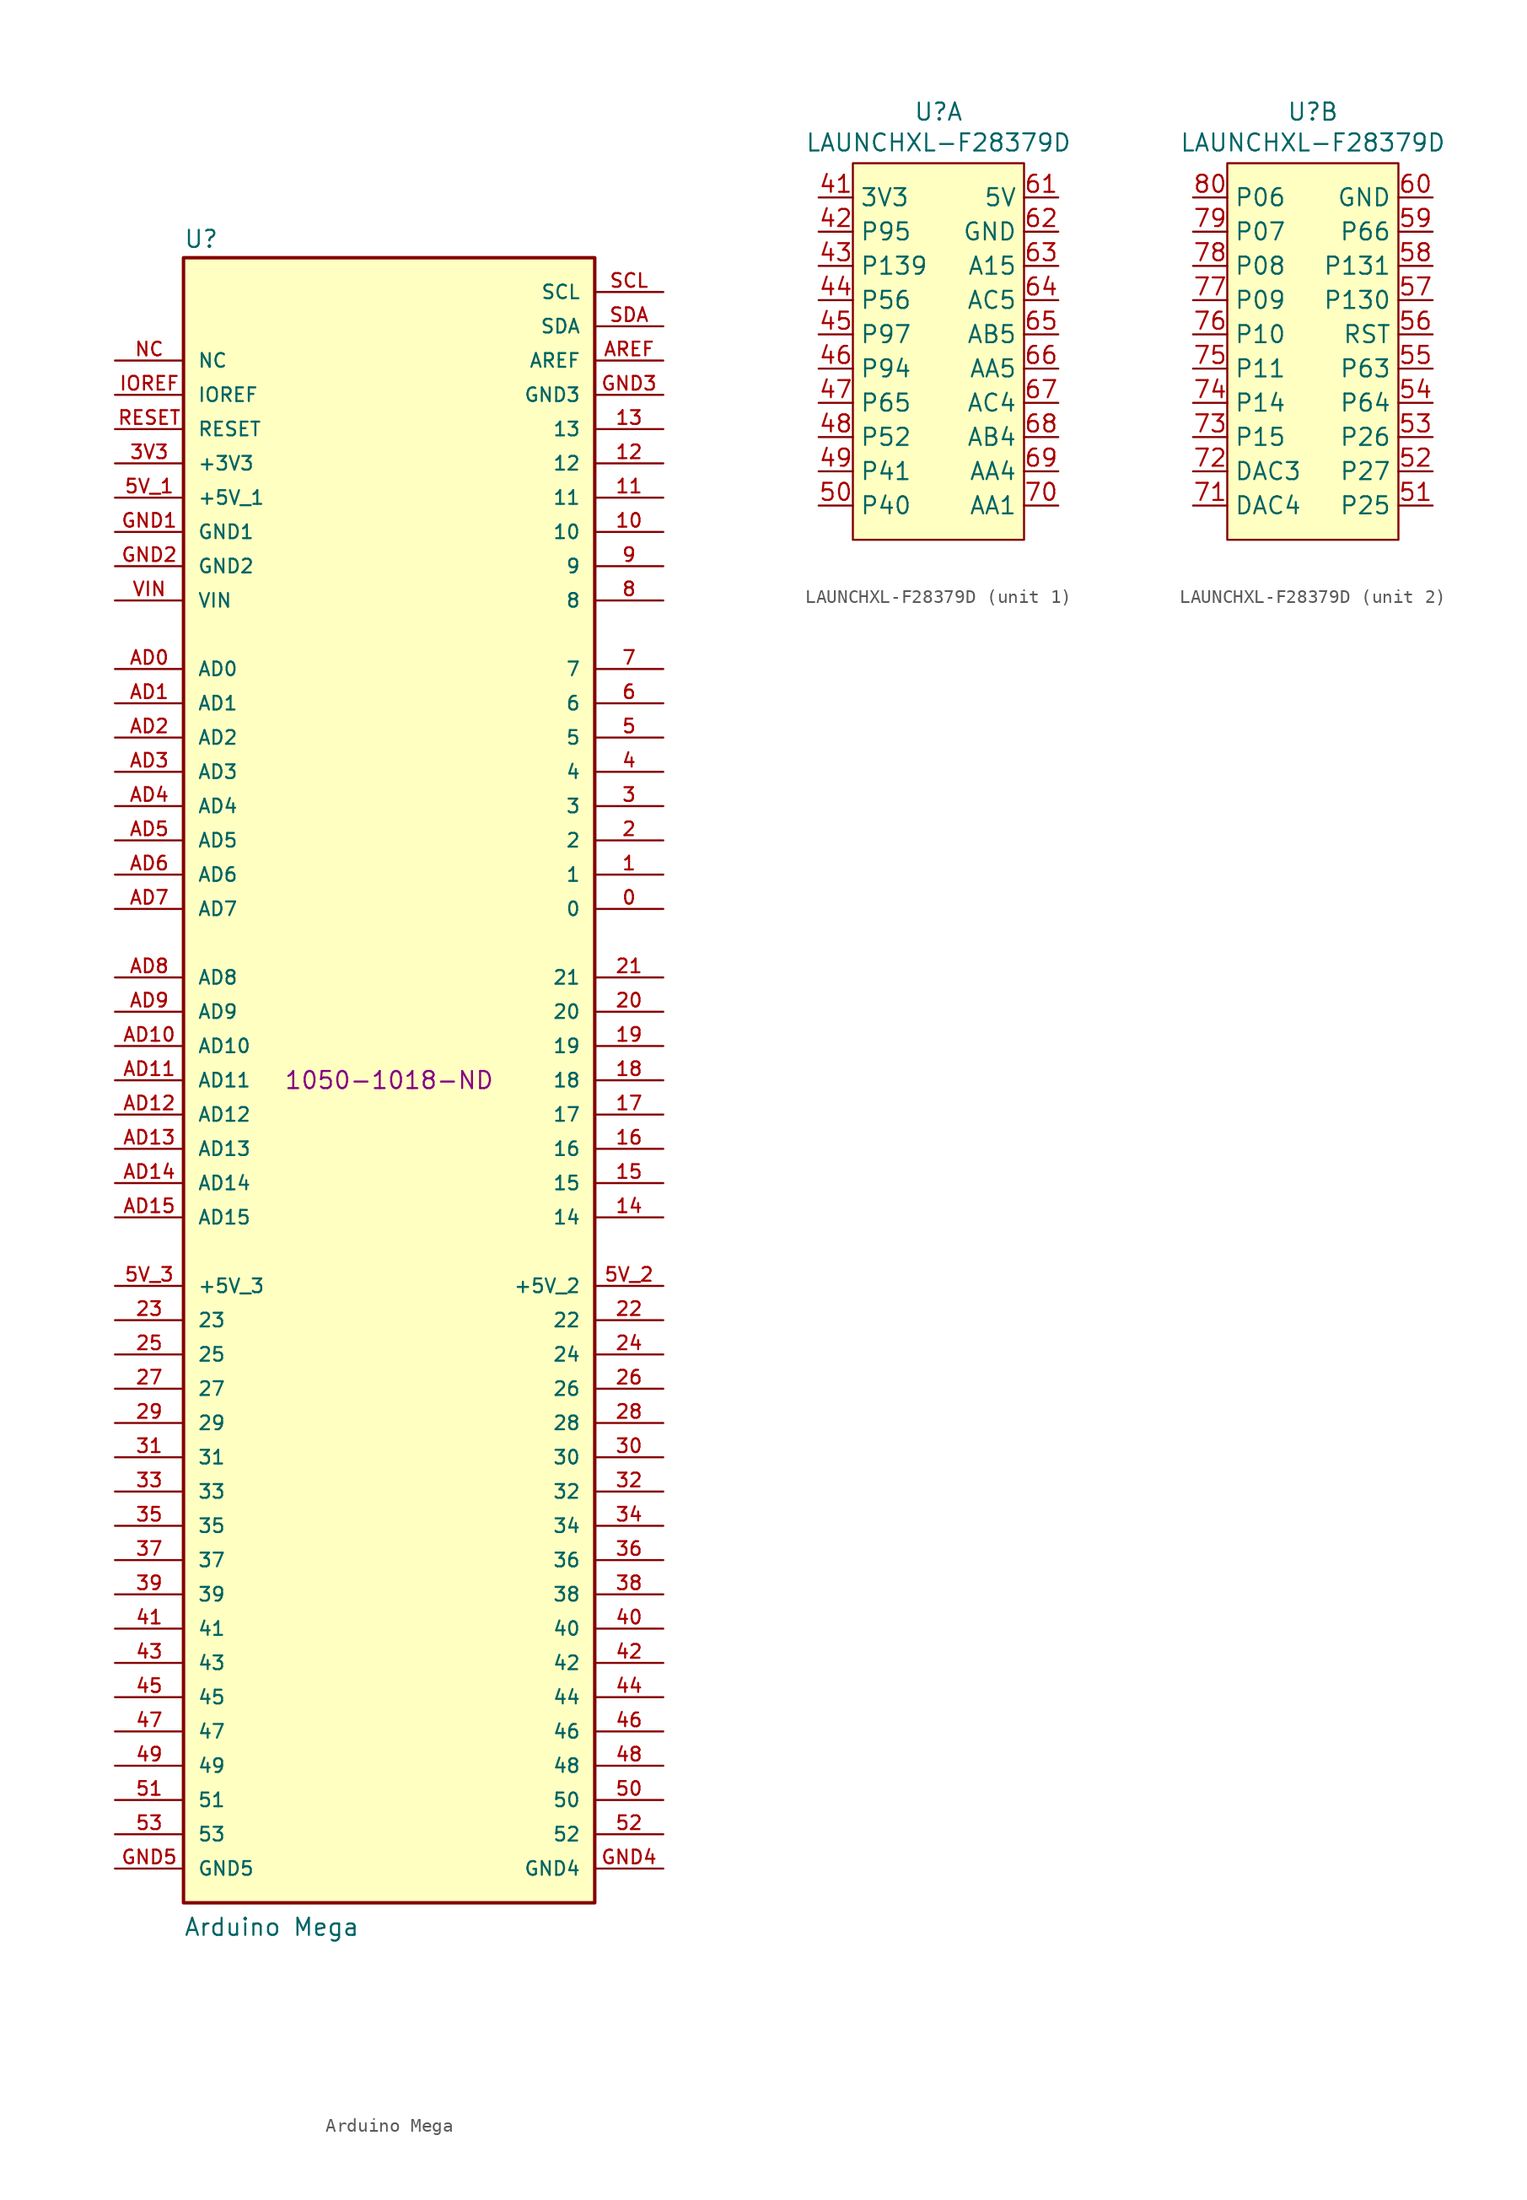
<source format=kicad_sym>
(kicad_symbol_lib
  (version 20231120)
  (generator "kicad_symbol_editor")
  (generator_version "8.0")
  (symbol "Arduino Mega"
    (pin_names
      (offset 1.016))
    (property "Reference" "U"
      (at -15.24 61.595 0)
      (effects (font (size 1.27 1.27)) (justify left bottom)))
    (property "Value" "Arduino Mega"
      (at -15.24 -63.5 0)
      (effects (font (size 1.27 1.27)) (justify left bottom)))
    (property "DPN" "1050-1018-ND"
      (at 0 0 0)
      (effects (font (size 1.27 1.27))))
    (symbol "Arduino Mega_0_0"
      (rectangle (start -15.24 -60.96) (end 15.24 60.96) (stroke (width 0.254) (type default)) (fill (type background)))
      (pin passive line (at 20.32 12.7 180) (length 5.08) (name "0" (effects (font (size 1.016 1.016)))) (number "0" (effects (font (size 1.016 1.016)))))
      (pin passive line (at 20.32 15.24 180) (length 5.08) (name "1" (effects (font (size 1.016 1.016)))) (number "1" (effects (font (size 1.016 1.016)))))
      (pin passive line (at 20.32 40.64 180) (length 5.08) (name "10" (effects (font (size 1.016 1.016)))) (number "10" (effects (font (size 1.016 1.016)))))
      (pin passive line (at 20.32 43.18 180) (length 5.08) (name "11" (effects (font (size 1.016 1.016)))) (number "11" (effects (font (size 1.016 1.016)))))
      (pin passive line (at 20.32 45.72 180) (length 5.08) (name "12" (effects (font (size 1.016 1.016)))) (number "12" (effects (font (size 1.016 1.016)))))
      (pin passive line (at 20.32 48.26 180) (length 5.08) (name "13" (effects (font (size 1.016 1.016)))) (number "13" (effects (font (size 1.016 1.016)))))
      (pin passive line (at 20.32 -10.16 180) (length 5.08) (name "14" (effects (font (size 1.016 1.016)))) (number "14" (effects (font (size 1.016 1.016)))))
      (pin passive line (at 20.32 -7.62 180) (length 5.08) (name "15" (effects (font (size 1.016 1.016)))) (number "15" (effects (font (size 1.016 1.016)))))
      (pin passive line (at 20.32 -5.08 180) (length 5.08) (name "16" (effects (font (size 1.016 1.016)))) (number "16" (effects (font (size 1.016 1.016)))))
      (pin passive line (at 20.32 -2.54 180) (length 5.08) (name "17" (effects (font (size 1.016 1.016)))) (number "17" (effects (font (size 1.016 1.016)))))
      (pin passive line (at 20.32 0 180) (length 5.08) (name "18" (effects (font (size 1.016 1.016)))) (number "18" (effects (font (size 1.016 1.016)))))
      (pin passive line (at 20.32 2.54 180) (length 5.08) (name "19" (effects (font (size 1.016 1.016)))) (number "19" (effects (font (size 1.016 1.016)))))
      (pin passive line (at 20.32 17.78 180) (length 5.08) (name "2" (effects (font (size 1.016 1.016)))) (number "2" (effects (font (size 1.016 1.016)))))
      (pin passive line (at 20.32 5.08 180) (length 5.08) (name "20" (effects (font (size 1.016 1.016)))) (number "20" (effects (font (size 1.016 1.016)))))
      (pin passive line (at 20.32 7.62 180) (length 5.08) (name "21" (effects (font (size 1.016 1.016)))) (number "21" (effects (font (size 1.016 1.016)))))
      (pin passive line (at 20.32 -17.78 180) (length 5.08) (name "22" (effects (font (size 1.016 1.016)))) (number "22" (effects (font (size 1.016 1.016)))))
      (pin passive line (at -20.32 -17.78 0) (length 5.08) (name "23" (effects (font (size 1.016 1.016)))) (number "23" (effects (font (size 1.016 1.016)))))
      (pin passive line (at 20.32 -20.32 180) (length 5.08) (name "24" (effects (font (size 1.016 1.016)))) (number "24" (effects (font (size 1.016 1.016)))))
      (pin passive line (at -20.32 -20.32 0) (length 5.08) (name "25" (effects (font (size 1.016 1.016)))) (number "25" (effects (font (size 1.016 1.016)))))
      (pin passive line (at 20.32 -22.86 180) (length 5.08) (name "26" (effects (font (size 1.016 1.016)))) (number "26" (effects (font (size 1.016 1.016)))))
      (pin passive line (at -20.32 -22.86 0) (length 5.08) (name "27" (effects (font (size 1.016 1.016)))) (number "27" (effects (font (size 1.016 1.016)))))
      (pin passive line (at 20.32 -25.4 180) (length 5.08) (name "28" (effects (font (size 1.016 1.016)))) (number "28" (effects (font (size 1.016 1.016)))))
      (pin passive line (at -20.32 -25.4 0) (length 5.08) (name "29" (effects (font (size 1.016 1.016)))) (number "29" (effects (font (size 1.016 1.016)))))
      (pin passive line (at 20.32 20.32 180) (length 5.08) (name "3" (effects (font (size 1.016 1.016)))) (number "3" (effects (font (size 1.016 1.016)))))
      (pin passive line (at 20.32 -27.94 180) (length 5.08) (name "30" (effects (font (size 1.016 1.016)))) (number "30" (effects (font (size 1.016 1.016)))))
      (pin passive line (at -20.32 -27.94 0) (length 5.08) (name "31" (effects (font (size 1.016 1.016)))) (number "31" (effects (font (size 1.016 1.016)))))
      (pin passive line (at 20.32 -30.48 180) (length 5.08) (name "32" (effects (font (size 1.016 1.016)))) (number "32" (effects (font (size 1.016 1.016)))))
      (pin passive line (at -20.32 -30.48 0) (length 5.08) (name "33" (effects (font (size 1.016 1.016)))) (number "33" (effects (font (size 1.016 1.016)))))
      (pin passive line (at 20.32 -33.02 180) (length 5.08) (name "34" (effects (font (size 1.016 1.016)))) (number "34" (effects (font (size 1.016 1.016)))))
      (pin passive line (at -20.32 -33.02 0) (length 5.08) (name "35" (effects (font (size 1.016 1.016)))) (number "35" (effects (font (size 1.016 1.016)))))
      (pin passive line (at 20.32 -35.56 180) (length 5.08) (name "36" (effects (font (size 1.016 1.016)))) (number "36" (effects (font (size 1.016 1.016)))))
      (pin passive line (at -20.32 -35.56 0) (length 5.08) (name "37" (effects (font (size 1.016 1.016)))) (number "37" (effects (font (size 1.016 1.016)))))
      (pin passive line (at 20.32 -38.1 180) (length 5.08) (name "38" (effects (font (size 1.016 1.016)))) (number "38" (effects (font (size 1.016 1.016)))))
      (pin passive line (at -20.32 -38.1 0) (length 5.08) (name "39" (effects (font (size 1.016 1.016)))) (number "39" (effects (font (size 1.016 1.016)))))
      (pin passive line (at -20.32 45.72 0) (length 5.08) (name "+3V3" (effects (font (size 1.016 1.016)))) (number "3V3" (effects (font (size 1.016 1.016)))))
      (pin passive line (at 20.32 22.86 180) (length 5.08) (name "4" (effects (font (size 1.016 1.016)))) (number "4" (effects (font (size 1.016 1.016)))))
      (pin passive line (at 20.32 -40.64 180) (length 5.08) (name "40" (effects (font (size 1.016 1.016)))) (number "40" (effects (font (size 1.016 1.016)))))
      (pin passive line (at -20.32 -40.64 0) (length 5.08) (name "41" (effects (font (size 1.016 1.016)))) (number "41" (effects (font (size 1.016 1.016)))))
      (pin passive line (at 20.32 -43.18 180) (length 5.08) (name "42" (effects (font (size 1.016 1.016)))) (number "42" (effects (font (size 1.016 1.016)))))
      (pin passive line (at -20.32 -43.18 0) (length 5.08) (name "43" (effects (font (size 1.016 1.016)))) (number "43" (effects (font (size 1.016 1.016)))))
      (pin passive line (at 20.32 -45.72 180) (length 5.08) (name "44" (effects (font (size 1.016 1.016)))) (number "44" (effects (font (size 1.016 1.016)))))
      (pin passive line (at -20.32 -45.72 0) (length 5.08) (name "45" (effects (font (size 1.016 1.016)))) (number "45" (effects (font (size 1.016 1.016)))))
      (pin passive line (at 20.32 -48.26 180) (length 5.08) (name "46" (effects (font (size 1.016 1.016)))) (number "46" (effects (font (size 1.016 1.016)))))
      (pin passive line (at -20.32 -48.26 0) (length 5.08) (name "47" (effects (font (size 1.016 1.016)))) (number "47" (effects (font (size 1.016 1.016)))))
      (pin passive line (at 20.32 -50.8 180) (length 5.08) (name "48" (effects (font (size 1.016 1.016)))) (number "48" (effects (font (size 1.016 1.016)))))
      (pin passive line (at -20.32 -50.8 0) (length 5.08) (name "49" (effects (font (size 1.016 1.016)))) (number "49" (effects (font (size 1.016 1.016)))))
      (pin passive line (at 20.32 25.4 180) (length 5.08) (name "5" (effects (font (size 1.016 1.016)))) (number "5" (effects (font (size 1.016 1.016)))))
      (pin passive line (at 20.32 -53.34 180) (length 5.08) (name "50" (effects (font (size 1.016 1.016)))) (number "50" (effects (font (size 1.016 1.016)))))
      (pin passive line (at -20.32 -53.34 0) (length 5.08) (name "51" (effects (font (size 1.016 1.016)))) (number "51" (effects (font (size 1.016 1.016)))))
      (pin passive line (at 20.32 -55.88 180) (length 5.08) (name "52" (effects (font (size 1.016 1.016)))) (number "52" (effects (font (size 1.016 1.016)))))
      (pin passive line (at -20.32 -55.88 0) (length 5.08) (name "53" (effects (font (size 1.016 1.016)))) (number "53" (effects (font (size 1.016 1.016)))))
      (pin passive line (at -20.32 43.18 0) (length 5.08) (name "+5V_1" (effects (font (size 1.016 1.016)))) (number "5V_1" (effects (font (size 1.016 1.016)))))
      (pin passive line (at 20.32 -15.24 180) (length 5.08) (name "+5V_2" (effects (font (size 1.016 1.016)))) (number "5V_2" (effects (font (size 1.016 1.016)))))
      (pin passive line (at -20.32 -15.24 0) (length 5.08) (name "+5V_3" (effects (font (size 1.016 1.016)))) (number "5V_3" (effects (font (size 1.016 1.016)))))
      (pin passive line (at 20.32 27.94 180) (length 5.08) (name "6" (effects (font (size 1.016 1.016)))) (number "6" (effects (font (size 1.016 1.016)))))
      (pin passive line (at 20.32 30.48 180) (length 5.08) (name "7" (effects (font (size 1.016 1.016)))) (number "7" (effects (font (size 1.016 1.016)))))
      (pin passive line (at 20.32 35.56 180) (length 5.08) (name "8" (effects (font (size 1.016 1.016)))) (number "8" (effects (font (size 1.016 1.016)))))
      (pin passive line (at 20.32 38.1 180) (length 5.08) (name "9" (effects (font (size 1.016 1.016)))) (number "9" (effects (font (size 1.016 1.016)))))
      (pin passive line (at -20.32 30.48 0) (length 5.08) (name "AD0" (effects (font (size 1.016 1.016)))) (number "AD0" (effects (font (size 1.016 1.016)))))
      (pin passive line (at -20.32 27.94 0) (length 5.08) (name "AD1" (effects (font (size 1.016 1.016)))) (number "AD1" (effects (font (size 1.016 1.016)))))
      (pin passive line (at -20.32 2.54 0) (length 5.08) (name "AD10" (effects (font (size 1.016 1.016)))) (number "AD10" (effects (font (size 1.016 1.016)))))
      (pin passive line (at -20.32 0 0) (length 5.08) (name "AD11" (effects (font (size 1.016 1.016)))) (number "AD11" (effects (font (size 1.016 1.016)))))
      (pin passive line (at -20.32 -2.54 0) (length 5.08) (name "AD12" (effects (font (size 1.016 1.016)))) (number "AD12" (effects (font (size 1.016 1.016)))))
      (pin passive line (at -20.32 -5.08 0) (length 5.08) (name "AD13" (effects (font (size 1.016 1.016)))) (number "AD13" (effects (font (size 1.016 1.016)))))
      (pin passive line (at -20.32 -7.62 0) (length 5.08) (name "AD14" (effects (font (size 1.016 1.016)))) (number "AD14" (effects (font (size 1.016 1.016)))))
      (pin passive line (at -20.32 -10.16 0) (length 5.08) (name "AD15" (effects (font (size 1.016 1.016)))) (number "AD15" (effects (font (size 1.016 1.016)))))
      (pin passive line (at -20.32 25.4 0) (length 5.08) (name "AD2" (effects (font (size 1.016 1.016)))) (number "AD2" (effects (font (size 1.016 1.016)))))
      (pin passive line (at -20.32 22.86 0) (length 5.08) (name "AD3" (effects (font (size 1.016 1.016)))) (number "AD3" (effects (font (size 1.016 1.016)))))
      (pin passive line (at -20.32 20.32 0) (length 5.08) (name "AD4" (effects (font (size 1.016 1.016)))) (number "AD4" (effects (font (size 1.016 1.016)))))
      (pin passive line (at -20.32 17.78 0) (length 5.08) (name "AD5" (effects (font (size 1.016 1.016)))) (number "AD5" (effects (font (size 1.016 1.016)))))
      (pin passive line (at -20.32 15.24 0) (length 5.08) (name "AD6" (effects (font (size 1.016 1.016)))) (number "AD6" (effects (font (size 1.016 1.016)))))
      (pin passive line (at -20.32 12.7 0) (length 5.08) (name "AD7" (effects (font (size 1.016 1.016)))) (number "AD7" (effects (font (size 1.016 1.016)))))
      (pin passive line (at -20.32 7.62 0) (length 5.08) (name "AD8" (effects (font (size 1.016 1.016)))) (number "AD8" (effects (font (size 1.016 1.016)))))
      (pin passive line (at -20.32 5.08 0) (length 5.08) (name "AD9" (effects (font (size 1.016 1.016)))) (number "AD9" (effects (font (size 1.016 1.016)))))
      (pin passive line (at 20.32 53.34 180) (length 5.08) (name "AREF" (effects (font (size 1.016 1.016)))) (number "AREF" (effects (font (size 1.016 1.016)))))
      (pin passive line (at -20.32 40.64 0) (length 5.08) (name "GND1" (effects (font (size 1.016 1.016)))) (number "GND1" (effects (font (size 1.016 1.016)))))
      (pin passive line (at -20.32 38.1 0) (length 5.08) (name "GND2" (effects (font (size 1.016 1.016)))) (number "GND2" (effects (font (size 1.016 1.016)))))
      (pin passive line (at 20.32 50.8 180) (length 5.08) (name "GND3" (effects (font (size 1.016 1.016)))) (number "GND3" (effects (font (size 1.016 1.016)))))
      (pin passive line (at 20.32 -58.42 180) (length 5.08) (name "GND4" (effects (font (size 1.016 1.016)))) (number "GND4" (effects (font (size 1.016 1.016)))))
      (pin passive line (at -20.32 -58.42 0) (length 5.08) (name "GND5" (effects (font (size 1.016 1.016)))) (number "GND5" (effects (font (size 1.016 1.016)))))
      (pin passive line (at -20.32 50.8 0) (length 5.08) (name "IOREF" (effects (font (size 1.016 1.016)))) (number "IOREF" (effects (font (size 1.016 1.016)))))
      (pin passive line (at -20.32 53.34 0) (length 5.08) (name "NC" (effects (font (size 1.016 1.016)))) (number "NC" (effects (font (size 1.016 1.016)))))
      (pin passive line (at -20.32 48.26 0) (length 5.08) (name "RESET" (effects (font (size 1.016 1.016)))) (number "RESET" (effects (font (size 1.016 1.016)))))
      (pin passive line (at 20.32 58.42 180) (length 5.08) (name "SCL" (effects (font (size 1.016 1.016)))) (number "SCL" (effects (font (size 1.016 1.016)))))
      (pin passive line (at 20.32 55.88 180) (length 5.08) (name "SDA" (effects (font (size 1.016 1.016)))) (number "SDA" (effects (font (size 1.016 1.016)))))
      (pin passive line (at -20.32 35.56 0) (length 5.08) (name "VIN" (effects (font (size 1.016 1.016)))) (number "VIN" (effects (font (size 1.016 1.016)))))))
  (symbol "LAUNCHXL-F28379D"
    (property "Reference" "U"
      (at 0 17.78 0)
      (effects (font (size 1.27 1.27))))
    (property "Value" "LAUNCHXL-F28379D"
      (at 0 15.494 0)
      (effects (font (size 1.27 1.27))))
    (property "ki_locked" ""
      (at 0 0 0)
      (effects (font (size 1.27 1.27))))
    (symbol "LAUNCHXL-F28379D_0_1"
      (rectangle (start -6.35 13.97) (end 6.35 -13.97) (stroke (width 0) (type default)) (fill (type background))))
    (symbol "LAUNCHXL-F28379D_1_1"
      (pin power_out line (at -8.89 11.43 0) (length 2.54) (name "3V3" (effects (font (size 1.27 1.27)))) (number "41" (effects (font (size 1.27 1.27)))))
      (pin bidirectional line (at -8.89 8.89 0) (length 2.54) (name "P95" (effects (font (size 1.27 1.27)))) (number "42" (effects (font (size 1.27 1.27)))))
      (pin bidirectional line (at -8.89 6.35 0) (length 2.54) (name "P139" (effects (font (size 1.27 1.27)))) (number "43" (effects (font (size 1.27 1.27)))))
      (pin bidirectional line (at -8.89 3.81 0) (length 2.54) (name "P56" (effects (font (size 1.27 1.27)))) (number "44" (effects (font (size 1.27 1.27)))))
      (pin bidirectional line (at -8.89 1.27 0) (length 2.54) (name "P97" (effects (font (size 1.27 1.27)))) (number "45" (effects (font (size 1.27 1.27)))))
      (pin bidirectional line (at -8.89 -1.27 0) (length 2.54) (name "P94" (effects (font (size 1.27 1.27)))) (number "46" (effects (font (size 1.27 1.27)))))
      (pin bidirectional line (at -8.89 -3.81 0) (length 2.54) (name "P65" (effects (font (size 1.27 1.27)))) (number "47" (effects (font (size 1.27 1.27)))))
      (pin bidirectional line (at -8.89 -6.35 0) (length 2.54) (name "P52" (effects (font (size 1.27 1.27)))) (number "48" (effects (font (size 1.27 1.27)))))
      (pin bidirectional line (at -8.89 -8.89 0) (length 2.54) (name "P41" (effects (font (size 1.27 1.27)))) (number "49" (effects (font (size 1.27 1.27)))))
      (pin bidirectional line (at -8.89 -11.43 0) (length 2.54) (name "P40" (effects (font (size 1.27 1.27)))) (number "50" (effects (font (size 1.27 1.27)))))
      (pin power_out line (at 8.89 11.43 180) (length 2.54) (name "5V" (effects (font (size 1.27 1.27)))) (number "61" (effects (font (size 1.27 1.27)))))
      (pin power_out line (at 8.89 8.89 180) (length 2.54) (name "GND" (effects (font (size 1.27 1.27)))) (number "62" (effects (font (size 1.27 1.27)))))
      (pin bidirectional line (at 8.89 6.35 180) (length 2.54) (name "A15" (effects (font (size 1.27 1.27)))) (number "63" (effects (font (size 1.27 1.27)))))
      (pin bidirectional line (at 8.89 3.81 180) (length 2.54) (name "AC5" (effects (font (size 1.27 1.27)))) (number "64" (effects (font (size 1.27 1.27)))))
      (pin bidirectional line (at 8.89 1.27 180) (length 2.54) (name "AB5" (effects (font (size 1.27 1.27)))) (number "65" (effects (font (size 1.27 1.27)))))
      (pin bidirectional line (at 8.89 -1.27 180) (length 2.54) (name "AA5" (effects (font (size 1.27 1.27)))) (number "66" (effects (font (size 1.27 1.27)))))
      (pin bidirectional line (at 8.89 -3.81 180) (length 2.54) (name "AC4" (effects (font (size 1.27 1.27)))) (number "67" (effects (font (size 1.27 1.27)))))
      (pin bidirectional line (at 8.89 -6.35 180) (length 2.54) (name "AB4" (effects (font (size 1.27 1.27)))) (number "68" (effects (font (size 1.27 1.27)))))
      (pin bidirectional line (at 8.89 -8.89 180) (length 2.54) (name "AA4" (effects (font (size 1.27 1.27)))) (number "69" (effects (font (size 1.27 1.27)))))
      (pin bidirectional line (at 8.89 -11.43 180) (length 2.54) (name "AA1" (effects (font (size 1.27 1.27)))) (number "70" (effects (font (size 1.27 1.27))))))
    (symbol "LAUNCHXL-F28379D_2_1"
      (pin bidirectional line (at 8.89 -11.43 180) (length 2.54) (name "P25" (effects (font (size 1.27 1.27)))) (number "51" (effects (font (size 1.27 1.27)))))
      (pin bidirectional line (at 8.89 -8.89 180) (length 2.54) (name "P27" (effects (font (size 1.27 1.27)))) (number "52" (effects (font (size 1.27 1.27)))))
      (pin bidirectional line (at 8.89 -6.35 180) (length 2.54) (name "P26" (effects (font (size 1.27 1.27)))) (number "53" (effects (font (size 1.27 1.27)))))
      (pin bidirectional line (at 8.89 -3.81 180) (length 2.54) (name "P64" (effects (font (size 1.27 1.27)))) (number "54" (effects (font (size 1.27 1.27)))))
      (pin bidirectional line (at 8.89 -1.27 180) (length 2.54) (name "P63" (effects (font (size 1.27 1.27)))) (number "55" (effects (font (size 1.27 1.27)))))
      (pin bidirectional line (at 8.89 1.27 180) (length 2.54) (name "RST" (effects (font (size 1.27 1.27)))) (number "56" (effects (font (size 1.27 1.27)))))
      (pin bidirectional line (at 8.89 3.81 180) (length 2.54) (name "P130" (effects (font (size 1.27 1.27)))) (number "57" (effects (font (size 1.27 1.27)))))
      (pin bidirectional line (at 8.89 6.35 180) (length 2.54) (name "P131" (effects (font (size 1.27 1.27)))) (number "58" (effects (font (size 1.27 1.27)))))
      (pin bidirectional line (at 8.89 8.89 180) (length 2.54) (name "P66" (effects (font (size 1.27 1.27)))) (number "59" (effects (font (size 1.27 1.27)))))
      (pin power_out line (at 8.89 11.43 180) (length 2.54) (name "GND" (effects (font (size 1.27 1.27)))) (number "60" (effects (font (size 1.27 1.27)))))
      (pin bidirectional line (at -8.89 -11.43 0) (length 2.54) (name "DAC4" (effects (font (size 1.27 1.27)))) (number "71" (effects (font (size 1.27 1.27)))))
      (pin bidirectional line (at -8.89 -8.89 0) (length 2.54) (name "DAC3" (effects (font (size 1.27 1.27)))) (number "72" (effects (font (size 1.27 1.27)))))
      (pin bidirectional line (at -8.89 -6.35 0) (length 2.54) (name "P15" (effects (font (size 1.27 1.27)))) (number "73" (effects (font (size 1.27 1.27)))))
      (pin bidirectional line (at -8.89 -3.81 0) (length 2.54) (name "P14" (effects (font (size 1.27 1.27)))) (number "74" (effects (font (size 1.27 1.27)))))
      (pin bidirectional line (at -8.89 -1.27 0) (length 2.54) (name "P11" (effects (font (size 1.27 1.27)))) (number "75" (effects (font (size 1.27 1.27)))))
      (pin bidirectional line (at -8.89 1.27 0) (length 2.54) (name "P10" (effects (font (size 1.27 1.27)))) (number "76" (effects (font (size 1.27 1.27)))))
      (pin bidirectional line (at -8.89 3.81 0) (length 2.54) (name "P09" (effects (font (size 1.27 1.27)))) (number "77" (effects (font (size 1.27 1.27)))))
      (pin bidirectional line (at -8.89 6.35 0) (length 2.54) (name "P08" (effects (font (size 1.27 1.27)))) (number "78" (effects (font (size 1.27 1.27)))))
      (pin bidirectional line (at -8.89 8.89 0) (length 2.54) (name "P07" (effects (font (size 1.27 1.27)))) (number "79" (effects (font (size 1.27 1.27)))))
      (pin bidirectional line (at -8.89 11.43 0) (length 2.54) (name "P06" (effects (font (size 1.27 1.27)))) (number "80" (effects (font (size 1.27 1.27))))))))
</source>
